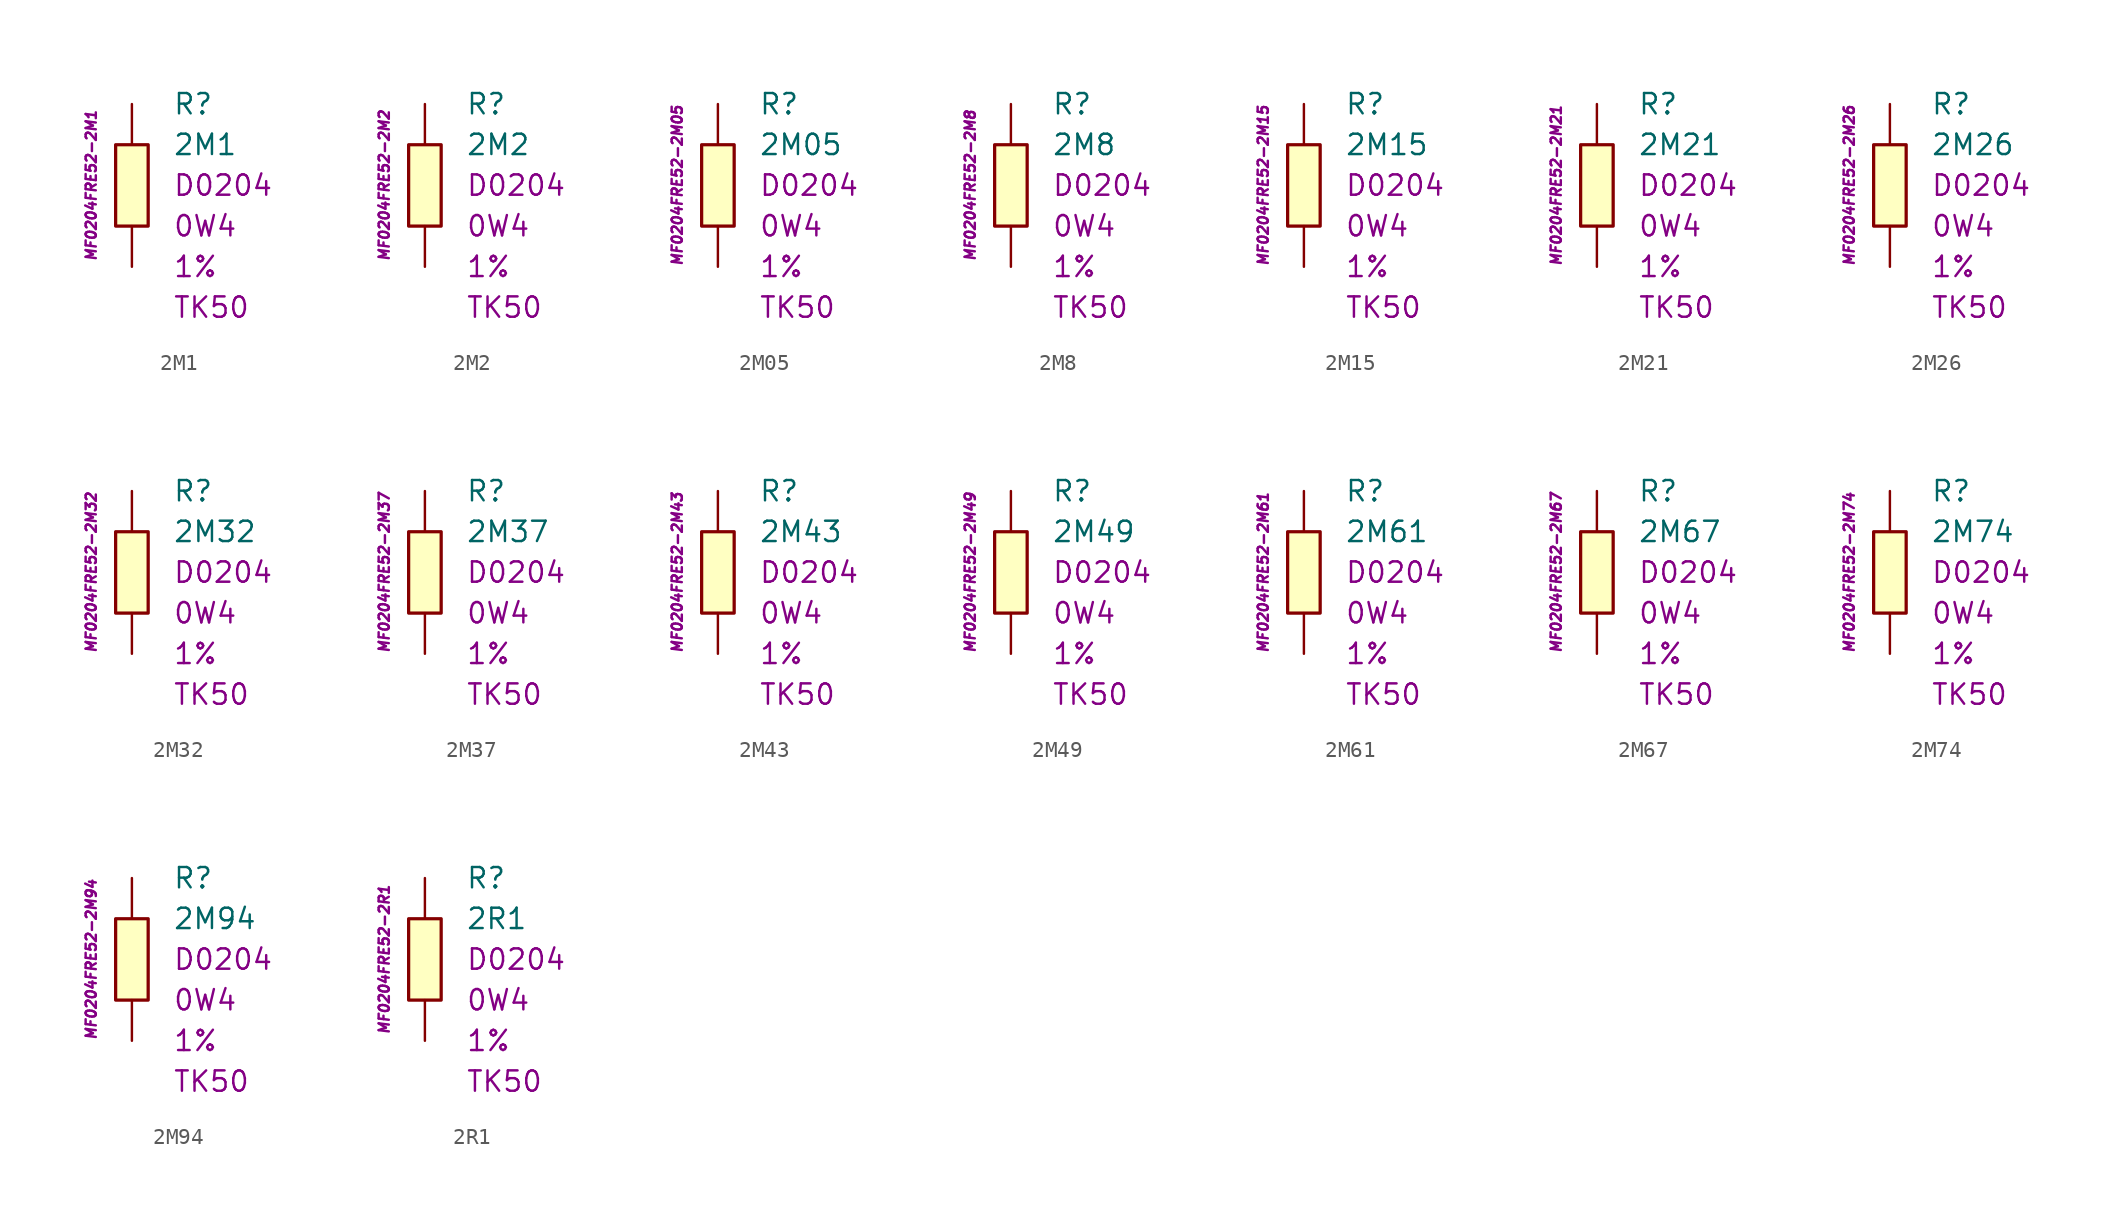
<source format=kicad_sym>
(kicad_symbol_lib
  (version 20201005)
  (generator kicad_symbol_editor)
  (symbol "2M1"
    (pin_numbers hide)
    (pin_names
      (offset 1.016) hide)
    (property "Reference" "R"
      (at 2.54 5.08 0)
      (effects (font (size 1.27 1.27)) (justify left)))
    (property "Value" "2M1"
      (at 2.54 2.54 0)
      (effects (font (size 1.27 1.27)) (justify left)))
    (property "Package" "D0204"
      (at 2.54 0 0)
      (effects (font (size 1.27 1.27)) (justify left)))
    (property "Power" "0W4"
      (at 2.54 -2.54 0)
      (effects (font (size 1.27 1.27)) (justify left)))
    (property "Tolerance" "1%"
      (at 2.54 -5.08 0)
      (effects (font (size 1.27 1.27)) (justify left)))
    (property "TK" "TK50"
      (at 2.54 -7.62 0)
      (effects (font (size 1.27 1.27)) (justify left)))
    (property "ID" "MF0204FRE52-2M1"
      (at -2.54 0 90)
      (effects (font (size 0.635 0.635) italic)))
    (symbol "2M1_0_1"
      (rectangle (start -1.016 2.54) (end 1.016 -2.54) (stroke (width 0.203)) (fill (type background))))
    (symbol "2M1_1_1"
      (pin passive line (at 0 5.08 270) (length 2.54) (name "~" (effects (font (size 1.778 1.778)))) (number "1" (effects (font (size 1.778 1.778)))))
      (pin passive line (at 0 -5.08 90) (length 2.54) (name "~" (effects (font (size 1.778 1.778)))) (number "2" (effects (font (size 1.778 1.778)))))))
  (symbol "2M2"
    (pin_numbers hide)
    (pin_names
      (offset 1.016) hide)
    (property "Reference" "R"
      (at 2.54 5.08 0)
      (effects (font (size 1.27 1.27)) (justify left)))
    (property "Value" "2M2"
      (at 2.54 2.54 0)
      (effects (font (size 1.27 1.27)) (justify left)))
    (property "Package" "D0204"
      (at 2.54 0 0)
      (effects (font (size 1.27 1.27)) (justify left)))
    (property "Power" "0W4"
      (at 2.54 -2.54 0)
      (effects (font (size 1.27 1.27)) (justify left)))
    (property "Tolerance" "1%"
      (at 2.54 -5.08 0)
      (effects (font (size 1.27 1.27)) (justify left)))
    (property "TK" "TK50"
      (at 2.54 -7.62 0)
      (effects (font (size 1.27 1.27)) (justify left)))
    (property "ID" "MF0204FRE52-2M2"
      (at -2.54 0 90)
      (effects (font (size 0.635 0.635) italic)))
    (symbol "2M2_0_1"
      (rectangle (start -1.016 2.54) (end 1.016 -2.54) (stroke (width 0.203)) (fill (type background))))
    (symbol "2M2_1_1"
      (pin passive line (at 0 5.08 270) (length 2.54) (name "~" (effects (font (size 1.778 1.778)))) (number "1" (effects (font (size 1.778 1.778)))))
      (pin passive line (at 0 -5.08 90) (length 2.54) (name "~" (effects (font (size 1.778 1.778)))) (number "2" (effects (font (size 1.778 1.778)))))))
  (symbol "2M05"
    (pin_numbers hide)
    (pin_names
      (offset 1.016) hide)
    (property "Reference" "R"
      (at 2.54 5.08 0)
      (effects (font (size 1.27 1.27)) (justify left)))
    (property "Value" "2M05"
      (at 2.54 2.54 0)
      (effects (font (size 1.27 1.27)) (justify left)))
    (property "Package" "D0204"
      (at 2.54 0 0)
      (effects (font (size 1.27 1.27)) (justify left)))
    (property "Power" "0W4"
      (at 2.54 -2.54 0)
      (effects (font (size 1.27 1.27)) (justify left)))
    (property "Tolerance" "1%"
      (at 2.54 -5.08 0)
      (effects (font (size 1.27 1.27)) (justify left)))
    (property "TK" "TK50"
      (at 2.54 -7.62 0)
      (effects (font (size 1.27 1.27)) (justify left)))
    (property "ID" "MF0204FRE52-2M05"
      (at -2.54 0 90)
      (effects (font (size 0.635 0.635) italic)))
    (symbol "2M05_0_1"
      (rectangle (start -1.016 2.54) (end 1.016 -2.54) (stroke (width 0.203)) (fill (type background))))
    (symbol "2M05_1_1"
      (pin passive line (at 0 5.08 270) (length 2.54) (name "~" (effects (font (size 1.778 1.778)))) (number "1" (effects (font (size 1.778 1.778)))))
      (pin passive line (at 0 -5.08 90) (length 2.54) (name "~" (effects (font (size 1.778 1.778)))) (number "2" (effects (font (size 1.778 1.778)))))))
  (symbol "2M8"
    (pin_numbers hide)
    (pin_names
      (offset 1.016) hide)
    (property "Reference" "R"
      (at 2.54 5.08 0)
      (effects (font (size 1.27 1.27)) (justify left)))
    (property "Value" "2M8"
      (at 2.54 2.54 0)
      (effects (font (size 1.27 1.27)) (justify left)))
    (property "Package" "D0204"
      (at 2.54 0 0)
      (effects (font (size 1.27 1.27)) (justify left)))
    (property "Power" "0W4"
      (at 2.54 -2.54 0)
      (effects (font (size 1.27 1.27)) (justify left)))
    (property "Tolerance" "1%"
      (at 2.54 -5.08 0)
      (effects (font (size 1.27 1.27)) (justify left)))
    (property "TK" "TK50"
      (at 2.54 -7.62 0)
      (effects (font (size 1.27 1.27)) (justify left)))
    (property "ID" "MF0204FRE52-2M8"
      (at -2.54 0 90)
      (effects (font (size 0.635 0.635) italic)))
    (symbol "2M8_0_1"
      (rectangle (start -1.016 2.54) (end 1.016 -2.54) (stroke (width 0.203)) (fill (type background))))
    (symbol "2M8_1_1"
      (pin passive line (at 0 5.08 270) (length 2.54) (name "~" (effects (font (size 1.778 1.778)))) (number "1" (effects (font (size 1.778 1.778)))))
      (pin passive line (at 0 -5.08 90) (length 2.54) (name "~" (effects (font (size 1.778 1.778)))) (number "2" (effects (font (size 1.778 1.778)))))))
  (symbol "2M15"
    (pin_numbers hide)
    (pin_names
      (offset 1.016) hide)
    (property "Reference" "R"
      (at 2.54 5.08 0)
      (effects (font (size 1.27 1.27)) (justify left)))
    (property "Value" "2M15"
      (at 2.54 2.54 0)
      (effects (font (size 1.27 1.27)) (justify left)))
    (property "Package" "D0204"
      (at 2.54 0 0)
      (effects (font (size 1.27 1.27)) (justify left)))
    (property "Power" "0W4"
      (at 2.54 -2.54 0)
      (effects (font (size 1.27 1.27)) (justify left)))
    (property "Tolerance" "1%"
      (at 2.54 -5.08 0)
      (effects (font (size 1.27 1.27)) (justify left)))
    (property "TK" "TK50"
      (at 2.54 -7.62 0)
      (effects (font (size 1.27 1.27)) (justify left)))
    (property "ID" "MF0204FRE52-2M15"
      (at -2.54 0 90)
      (effects (font (size 0.635 0.635) italic)))
    (symbol "2M15_0_1"
      (rectangle (start -1.016 2.54) (end 1.016 -2.54) (stroke (width 0.203)) (fill (type background))))
    (symbol "2M15_1_1"
      (pin passive line (at 0 5.08 270) (length 2.54) (name "~" (effects (font (size 1.778 1.778)))) (number "1" (effects (font (size 1.778 1.778)))))
      (pin passive line (at 0 -5.08 90) (length 2.54) (name "~" (effects (font (size 1.778 1.778)))) (number "2" (effects (font (size 1.778 1.778)))))))
  (symbol "2M21"
    (pin_numbers hide)
    (pin_names
      (offset 1.016) hide)
    (property "Reference" "R"
      (at 2.54 5.08 0)
      (effects (font (size 1.27 1.27)) (justify left)))
    (property "Value" "2M21"
      (at 2.54 2.54 0)
      (effects (font (size 1.27 1.27)) (justify left)))
    (property "Package" "D0204"
      (at 2.54 0 0)
      (effects (font (size 1.27 1.27)) (justify left)))
    (property "Power" "0W4"
      (at 2.54 -2.54 0)
      (effects (font (size 1.27 1.27)) (justify left)))
    (property "Tolerance" "1%"
      (at 2.54 -5.08 0)
      (effects (font (size 1.27 1.27)) (justify left)))
    (property "TK" "TK50"
      (at 2.54 -7.62 0)
      (effects (font (size 1.27 1.27)) (justify left)))
    (property "ID" "MF0204FRE52-2M21"
      (at -2.54 0 90)
      (effects (font (size 0.635 0.635) italic)))
    (symbol "2M21_0_1"
      (rectangle (start -1.016 2.54) (end 1.016 -2.54) (stroke (width 0.203)) (fill (type background))))
    (symbol "2M21_1_1"
      (pin passive line (at 0 5.08 270) (length 2.54) (name "~" (effects (font (size 1.778 1.778)))) (number "1" (effects (font (size 1.778 1.778)))))
      (pin passive line (at 0 -5.08 90) (length 2.54) (name "~" (effects (font (size 1.778 1.778)))) (number "2" (effects (font (size 1.778 1.778)))))))
  (symbol "2M26"
    (pin_numbers hide)
    (pin_names
      (offset 1.016) hide)
    (property "Reference" "R"
      (at 2.54 5.08 0)
      (effects (font (size 1.27 1.27)) (justify left)))
    (property "Value" "2M26"
      (at 2.54 2.54 0)
      (effects (font (size 1.27 1.27)) (justify left)))
    (property "Package" "D0204"
      (at 2.54 0 0)
      (effects (font (size 1.27 1.27)) (justify left)))
    (property "Power" "0W4"
      (at 2.54 -2.54 0)
      (effects (font (size 1.27 1.27)) (justify left)))
    (property "Tolerance" "1%"
      (at 2.54 -5.08 0)
      (effects (font (size 1.27 1.27)) (justify left)))
    (property "TK" "TK50"
      (at 2.54 -7.62 0)
      (effects (font (size 1.27 1.27)) (justify left)))
    (property "ID" "MF0204FRE52-2M26"
      (at -2.54 0 90)
      (effects (font (size 0.635 0.635) italic)))
    (symbol "2M26_0_1"
      (rectangle (start -1.016 2.54) (end 1.016 -2.54) (stroke (width 0.203)) (fill (type background))))
    (symbol "2M26_1_1"
      (pin passive line (at 0 5.08 270) (length 2.54) (name "~" (effects (font (size 1.778 1.778)))) (number "1" (effects (font (size 1.778 1.778)))))
      (pin passive line (at 0 -5.08 90) (length 2.54) (name "~" (effects (font (size 1.778 1.778)))) (number "2" (effects (font (size 1.778 1.778)))))))
  (symbol "2M32"
    (pin_numbers hide)
    (pin_names
      (offset 1.016) hide)
    (property "Reference" "R"
      (at 2.54 5.08 0)
      (effects (font (size 1.27 1.27)) (justify left)))
    (property "Value" "2M32"
      (at 2.54 2.54 0)
      (effects (font (size 1.27 1.27)) (justify left)))
    (property "Package" "D0204"
      (at 2.54 0 0)
      (effects (font (size 1.27 1.27)) (justify left)))
    (property "Power" "0W4"
      (at 2.54 -2.54 0)
      (effects (font (size 1.27 1.27)) (justify left)))
    (property "Tolerance" "1%"
      (at 2.54 -5.08 0)
      (effects (font (size 1.27 1.27)) (justify left)))
    (property "TK" "TK50"
      (at 2.54 -7.62 0)
      (effects (font (size 1.27 1.27)) (justify left)))
    (property "ID" "MF0204FRE52-2M32"
      (at -2.54 0 90)
      (effects (font (size 0.635 0.635) italic)))
    (symbol "2M32_0_1"
      (rectangle (start -1.016 2.54) (end 1.016 -2.54) (stroke (width 0.203)) (fill (type background))))
    (symbol "2M32_1_1"
      (pin passive line (at 0 5.08 270) (length 2.54) (name "~" (effects (font (size 1.778 1.778)))) (number "1" (effects (font (size 1.778 1.778)))))
      (pin passive line (at 0 -5.08 90) (length 2.54) (name "~" (effects (font (size 1.778 1.778)))) (number "2" (effects (font (size 1.778 1.778)))))))
  (symbol "2M37"
    (pin_numbers hide)
    (pin_names
      (offset 1.016) hide)
    (property "Reference" "R"
      (at 2.54 5.08 0)
      (effects (font (size 1.27 1.27)) (justify left)))
    (property "Value" "2M37"
      (at 2.54 2.54 0)
      (effects (font (size 1.27 1.27)) (justify left)))
    (property "Package" "D0204"
      (at 2.54 0 0)
      (effects (font (size 1.27 1.27)) (justify left)))
    (property "Power" "0W4"
      (at 2.54 -2.54 0)
      (effects (font (size 1.27 1.27)) (justify left)))
    (property "Tolerance" "1%"
      (at 2.54 -5.08 0)
      (effects (font (size 1.27 1.27)) (justify left)))
    (property "TK" "TK50"
      (at 2.54 -7.62 0)
      (effects (font (size 1.27 1.27)) (justify left)))
    (property "ID" "MF0204FRE52-2M37"
      (at -2.54 0 90)
      (effects (font (size 0.635 0.635) italic)))
    (symbol "2M37_0_1"
      (rectangle (start -1.016 2.54) (end 1.016 -2.54) (stroke (width 0.203)) (fill (type background))))
    (symbol "2M37_1_1"
      (pin passive line (at 0 5.08 270) (length 2.54) (name "~" (effects (font (size 1.778 1.778)))) (number "1" (effects (font (size 1.778 1.778)))))
      (pin passive line (at 0 -5.08 90) (length 2.54) (name "~" (effects (font (size 1.778 1.778)))) (number "2" (effects (font (size 1.778 1.778)))))))
  (symbol "2M43"
    (pin_numbers hide)
    (pin_names
      (offset 1.016) hide)
    (property "Reference" "R"
      (at 2.54 5.08 0)
      (effects (font (size 1.27 1.27)) (justify left)))
    (property "Value" "2M43"
      (at 2.54 2.54 0)
      (effects (font (size 1.27 1.27)) (justify left)))
    (property "Package" "D0204"
      (at 2.54 0 0)
      (effects (font (size 1.27 1.27)) (justify left)))
    (property "Power" "0W4"
      (at 2.54 -2.54 0)
      (effects (font (size 1.27 1.27)) (justify left)))
    (property "Tolerance" "1%"
      (at 2.54 -5.08 0)
      (effects (font (size 1.27 1.27)) (justify left)))
    (property "TK" "TK50"
      (at 2.54 -7.62 0)
      (effects (font (size 1.27 1.27)) (justify left)))
    (property "ID" "MF0204FRE52-2M43"
      (at -2.54 0 90)
      (effects (font (size 0.635 0.635) italic)))
    (symbol "2M43_0_1"
      (rectangle (start -1.016 2.54) (end 1.016 -2.54) (stroke (width 0.203)) (fill (type background))))
    (symbol "2M43_1_1"
      (pin passive line (at 0 5.08 270) (length 2.54) (name "~" (effects (font (size 1.778 1.778)))) (number "1" (effects (font (size 1.778 1.778)))))
      (pin passive line (at 0 -5.08 90) (length 2.54) (name "~" (effects (font (size 1.778 1.778)))) (number "2" (effects (font (size 1.778 1.778)))))))
  (symbol "2M49"
    (pin_numbers hide)
    (pin_names
      (offset 1.016) hide)
    (property "Reference" "R"
      (at 2.54 5.08 0)
      (effects (font (size 1.27 1.27)) (justify left)))
    (property "Value" "2M49"
      (at 2.54 2.54 0)
      (effects (font (size 1.27 1.27)) (justify left)))
    (property "Package" "D0204"
      (at 2.54 0 0)
      (effects (font (size 1.27 1.27)) (justify left)))
    (property "Power" "0W4"
      (at 2.54 -2.54 0)
      (effects (font (size 1.27 1.27)) (justify left)))
    (property "Tolerance" "1%"
      (at 2.54 -5.08 0)
      (effects (font (size 1.27 1.27)) (justify left)))
    (property "TK" "TK50"
      (at 2.54 -7.62 0)
      (effects (font (size 1.27 1.27)) (justify left)))
    (property "ID" "MF0204FRE52-2M49"
      (at -2.54 0 90)
      (effects (font (size 0.635 0.635) italic)))
    (symbol "2M49_0_1"
      (rectangle (start -1.016 2.54) (end 1.016 -2.54) (stroke (width 0.203)) (fill (type background))))
    (symbol "2M49_1_1"
      (pin passive line (at 0 5.08 270) (length 2.54) (name "~" (effects (font (size 1.778 1.778)))) (number "1" (effects (font (size 1.778 1.778)))))
      (pin passive line (at 0 -5.08 90) (length 2.54) (name "~" (effects (font (size 1.778 1.778)))) (number "2" (effects (font (size 1.778 1.778)))))))
  (symbol "2M61"
    (pin_numbers hide)
    (pin_names
      (offset 1.016) hide)
    (property "Reference" "R"
      (at 2.54 5.08 0)
      (effects (font (size 1.27 1.27)) (justify left)))
    (property "Value" "2M61"
      (at 2.54 2.54 0)
      (effects (font (size 1.27 1.27)) (justify left)))
    (property "Package" "D0204"
      (at 2.54 0 0)
      (effects (font (size 1.27 1.27)) (justify left)))
    (property "Power" "0W4"
      (at 2.54 -2.54 0)
      (effects (font (size 1.27 1.27)) (justify left)))
    (property "Tolerance" "1%"
      (at 2.54 -5.08 0)
      (effects (font (size 1.27 1.27)) (justify left)))
    (property "TK" "TK50"
      (at 2.54 -7.62 0)
      (effects (font (size 1.27 1.27)) (justify left)))
    (property "ID" "MF0204FRE52-2M61"
      (at -2.54 0 90)
      (effects (font (size 0.635 0.635) italic)))
    (symbol "2M61_0_1"
      (rectangle (start -1.016 2.54) (end 1.016 -2.54) (stroke (width 0.203)) (fill (type background))))
    (symbol "2M61_1_1"
      (pin passive line (at 0 5.08 270) (length 2.54) (name "~" (effects (font (size 1.778 1.778)))) (number "1" (effects (font (size 1.778 1.778)))))
      (pin passive line (at 0 -5.08 90) (length 2.54) (name "~" (effects (font (size 1.778 1.778)))) (number "2" (effects (font (size 1.778 1.778)))))))
  (symbol "2M67"
    (pin_numbers hide)
    (pin_names
      (offset 1.016) hide)
    (property "Reference" "R"
      (at 2.54 5.08 0)
      (effects (font (size 1.27 1.27)) (justify left)))
    (property "Value" "2M67"
      (at 2.54 2.54 0)
      (effects (font (size 1.27 1.27)) (justify left)))
    (property "Package" "D0204"
      (at 2.54 0 0)
      (effects (font (size 1.27 1.27)) (justify left)))
    (property "Power" "0W4"
      (at 2.54 -2.54 0)
      (effects (font (size 1.27 1.27)) (justify left)))
    (property "Tolerance" "1%"
      (at 2.54 -5.08 0)
      (effects (font (size 1.27 1.27)) (justify left)))
    (property "TK" "TK50"
      (at 2.54 -7.62 0)
      (effects (font (size 1.27 1.27)) (justify left)))
    (property "ID" "MF0204FRE52-2M67"
      (at -2.54 0 90)
      (effects (font (size 0.635 0.635) italic)))
    (symbol "2M67_0_1"
      (rectangle (start -1.016 2.54) (end 1.016 -2.54) (stroke (width 0.203)) (fill (type background))))
    (symbol "2M67_1_1"
      (pin passive line (at 0 5.08 270) (length 2.54) (name "~" (effects (font (size 1.778 1.778)))) (number "1" (effects (font (size 1.778 1.778)))))
      (pin passive line (at 0 -5.08 90) (length 2.54) (name "~" (effects (font (size 1.778 1.778)))) (number "2" (effects (font (size 1.778 1.778)))))))
  (symbol "2M74"
    (pin_numbers hide)
    (pin_names
      (offset 1.016) hide)
    (property "Reference" "R"
      (at 2.54 5.08 0)
      (effects (font (size 1.27 1.27)) (justify left)))
    (property "Value" "2M74"
      (at 2.54 2.54 0)
      (effects (font (size 1.27 1.27)) (justify left)))
    (property "Package" "D0204"
      (at 2.54 0 0)
      (effects (font (size 1.27 1.27)) (justify left)))
    (property "Power" "0W4"
      (at 2.54 -2.54 0)
      (effects (font (size 1.27 1.27)) (justify left)))
    (property "Tolerance" "1%"
      (at 2.54 -5.08 0)
      (effects (font (size 1.27 1.27)) (justify left)))
    (property "TK" "TK50"
      (at 2.54 -7.62 0)
      (effects (font (size 1.27 1.27)) (justify left)))
    (property "ID" "MF0204FRE52-2M74"
      (at -2.54 0 90)
      (effects (font (size 0.635 0.635) italic)))
    (symbol "2M74_0_1"
      (rectangle (start -1.016 2.54) (end 1.016 -2.54) (stroke (width 0.203)) (fill (type background))))
    (symbol "2M74_1_1"
      (pin passive line (at 0 5.08 270) (length 2.54) (name "~" (effects (font (size 1.778 1.778)))) (number "1" (effects (font (size 1.778 1.778)))))
      (pin passive line (at 0 -5.08 90) (length 2.54) (name "~" (effects (font (size 1.778 1.778)))) (number "2" (effects (font (size 1.778 1.778)))))))
  (symbol "2M94"
    (pin_numbers hide)
    (pin_names
      (offset 1.016) hide)
    (property "Reference" "R"
      (at 2.54 5.08 0)
      (effects (font (size 1.27 1.27)) (justify left)))
    (property "Value" "2M94"
      (at 2.54 2.54 0)
      (effects (font (size 1.27 1.27)) (justify left)))
    (property "Package" "D0204"
      (at 2.54 0 0)
      (effects (font (size 1.27 1.27)) (justify left)))
    (property "Power" "0W4"
      (at 2.54 -2.54 0)
      (effects (font (size 1.27 1.27)) (justify left)))
    (property "Tolerance" "1%"
      (at 2.54 -5.08 0)
      (effects (font (size 1.27 1.27)) (justify left)))
    (property "TK" "TK50"
      (at 2.54 -7.62 0)
      (effects (font (size 1.27 1.27)) (justify left)))
    (property "ID" "MF0204FRE52-2M94"
      (at -2.54 0 90)
      (effects (font (size 0.635 0.635) italic)))
    (symbol "2M94_0_1"
      (rectangle (start -1.016 2.54) (end 1.016 -2.54) (stroke (width 0.203)) (fill (type background))))
    (symbol "2M94_1_1"
      (pin passive line (at 0 5.08 270) (length 2.54) (name "~" (effects (font (size 1.778 1.778)))) (number "1" (effects (font (size 1.778 1.778)))))
      (pin passive line (at 0 -5.08 90) (length 2.54) (name "~" (effects (font (size 1.778 1.778)))) (number "2" (effects (font (size 1.778 1.778)))))))
  (symbol "2R1"
    (pin_numbers hide)
    (pin_names
      (offset 1.016) hide)
    (property "Reference" "R"
      (at 2.54 5.08 0)
      (effects (font (size 1.27 1.27)) (justify left)))
    (property "Value" "2R1"
      (at 2.54 2.54 0)
      (effects (font (size 1.27 1.27)) (justify left)))
    (property "Package" "D0204"
      (at 2.54 0 0)
      (effects (font (size 1.27 1.27)) (justify left)))
    (property "Power" "0W4"
      (at 2.54 -2.54 0)
      (effects (font (size 1.27 1.27)) (justify left)))
    (property "Tolerance" "1%"
      (at 2.54 -5.08 0)
      (effects (font (size 1.27 1.27)) (justify left)))
    (property "TK" "TK50"
      (at 2.54 -7.62 0)
      (effects (font (size 1.27 1.27)) (justify left)))
    (property "ID" "MF0204FRE52-2R1"
      (at -2.54 0 90)
      (effects (font (size 0.635 0.635) italic)))
    (symbol "2R1_0_1"
      (rectangle (start -1.016 2.54) (end 1.016 -2.54) (stroke (width 0.203)) (fill (type background))))
    (symbol "2R1_1_1"
      (pin passive line (at 0 5.08 270) (length 2.54) (name "~" (effects (font (size 1.778 1.778)))) (number "1" (effects (font (size 1.778 1.778)))))
      (pin passive line (at 0 -5.08 90) (length 2.54) (name "~" (effects (font (size 1.778 1.778)))) (number "2" (effects (font (size 1.778 1.778))))))))
</source>
